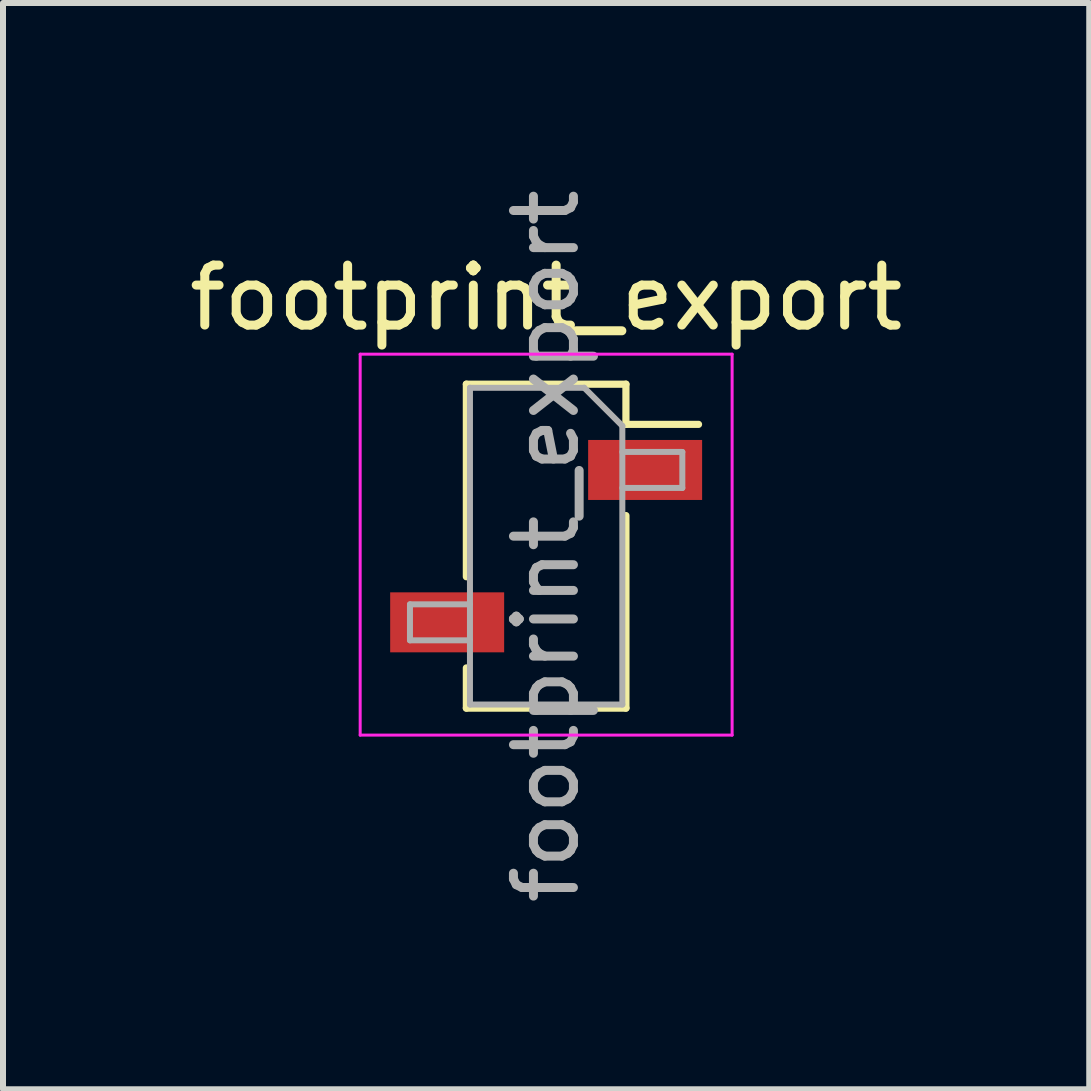
<source format=kicad_pcb>
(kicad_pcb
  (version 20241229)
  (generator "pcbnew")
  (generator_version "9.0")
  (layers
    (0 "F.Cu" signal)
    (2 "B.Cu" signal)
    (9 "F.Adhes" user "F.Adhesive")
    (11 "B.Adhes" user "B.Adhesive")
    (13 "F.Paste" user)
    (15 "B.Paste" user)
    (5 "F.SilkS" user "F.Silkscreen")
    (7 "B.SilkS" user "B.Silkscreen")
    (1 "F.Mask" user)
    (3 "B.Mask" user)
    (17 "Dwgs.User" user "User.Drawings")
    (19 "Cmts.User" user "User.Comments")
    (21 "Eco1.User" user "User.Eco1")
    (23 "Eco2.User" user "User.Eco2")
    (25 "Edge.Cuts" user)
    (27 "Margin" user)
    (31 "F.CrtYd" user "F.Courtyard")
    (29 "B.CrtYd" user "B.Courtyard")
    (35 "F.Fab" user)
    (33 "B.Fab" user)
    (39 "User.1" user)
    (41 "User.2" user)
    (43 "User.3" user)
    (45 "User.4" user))
  (footprint "footprint_export"
    (layer "F.Cu")
    (at 6.054 6.054)
    (property "Reference" "footprint_export" (at 0 -4.14 0) (layer "F.SilkS") (effects (font (size 1 1) (thickness 0.15))))
    (attr smd)
    (fp_line (start -1.33 -2.7) (end -1.33 0.51) (stroke (width 0.12) (type solid)) (layer "F.SilkS"))
    (fp_line (start -1.33 -2.7) (end 1.33 -2.7) (stroke (width 0.12) (type solid)) (layer "F.SilkS"))
    (fp_line (start -1.33 2.03) (end -1.33 2.7) (stroke (width 0.12) (type solid)) (layer "F.SilkS"))
    (fp_line (start -1.33 2.7) (end 1.33 2.7) (stroke (width 0.12) (type solid)) (layer "F.SilkS"))
    (fp_line (start 1.33 -2.7) (end 1.33 -2.03) (stroke (width 0.12) (type solid)) (layer "F.SilkS"))
    (fp_line (start 1.33 -2.03) (end 2.54 -2.03) (stroke (width 0.12) (type solid)) (layer "F.SilkS"))
    (fp_line (start 1.33 -0.51) (end 1.33 2.7) (stroke (width 0.12) (type solid)) (layer "F.SilkS"))
    (fp_line (start -3.1 -3.2) (end 3.1 -3.2) (stroke (width 0.05) (type solid)) (layer "F.CrtYd"))
    (fp_line (start -3.1 3.15) (end -3.1 -3.2) (stroke (width 0.05) (type solid)) (layer "F.CrtYd"))
    (fp_line (start 3.1 -3.2) (end 3.1 3.15) (stroke (width 0.05) (type solid)) (layer "F.CrtYd"))
    (fp_line (start 3.1 3.15) (end -3.1 3.15) (stroke (width 0.05) (type solid)) (layer "F.CrtYd"))
    (fp_line (start -2.27 0.97) (end -1.27 0.97) (stroke (width 0.1) (type solid)) (layer "F.Fab"))
    (fp_line (start -2.27 1.57) (end -2.27 0.97) (stroke (width 0.1) (type solid)) (layer "F.Fab"))
    (fp_line (start -1.27 -2.64) (end 0.635 -2.64) (stroke (width 0.1) (type solid)) (layer "F.Fab"))
    (fp_line (start -1.27 1.57) (end -2.27 1.57) (stroke (width 0.1) (type solid)) (layer "F.Fab"))
    (fp_line (start -1.27 2.64) (end -1.27 -2.64) (stroke (width 0.1) (type solid)) (layer "F.Fab"))
    (fp_line (start 0.635 -2.64) (end 1.27 -2.005) (stroke (width 0.1) (type solid)) (layer "F.Fab"))
    (fp_line (start 1.27 -2.005) (end 1.27 2.64) (stroke (width 0.1) (type solid)) (layer "F.Fab"))
    (fp_line (start 1.27 -1.57) (end 2.27 -1.57) (stroke (width 0.1) (type solid)) (layer "F.Fab"))
    (fp_line (start 1.27 2.64) (end -1.27 2.64) (stroke (width 0.1) (type solid)) (layer "F.Fab"))
    (fp_line (start 2.27 -1.57) (end 2.27 -0.97) (stroke (width 0.1) (type solid)) (layer "F.Fab"))
    (fp_line (start 2.27 -0.97) (end 1.27 -0.97) (stroke (width 0.1) (type solid)) (layer "F.Fab"))
    (fp_text user "${REFERENCE}" (at 0 0 90) (layer "F.Fab") (effects (font (size 1 1) (thickness 0.15))))
    (pad "1" smd rect (at 1.65 -1.27) (size 1.9 1) (layers "F.Cu" "F.Mask" "F.Paste"))
    (pad "2" smd rect (at -1.65 1.27) (size 1.9 1) (layers "F.Cu" "F.Mask" "F.Paste")))
  (gr_rect
    (start -3 -3)
    (end 15.107 15.107)
    (stroke (width 0.1) (type default))
    (fill no)
    (layer "Edge.Cuts")))
</source>
